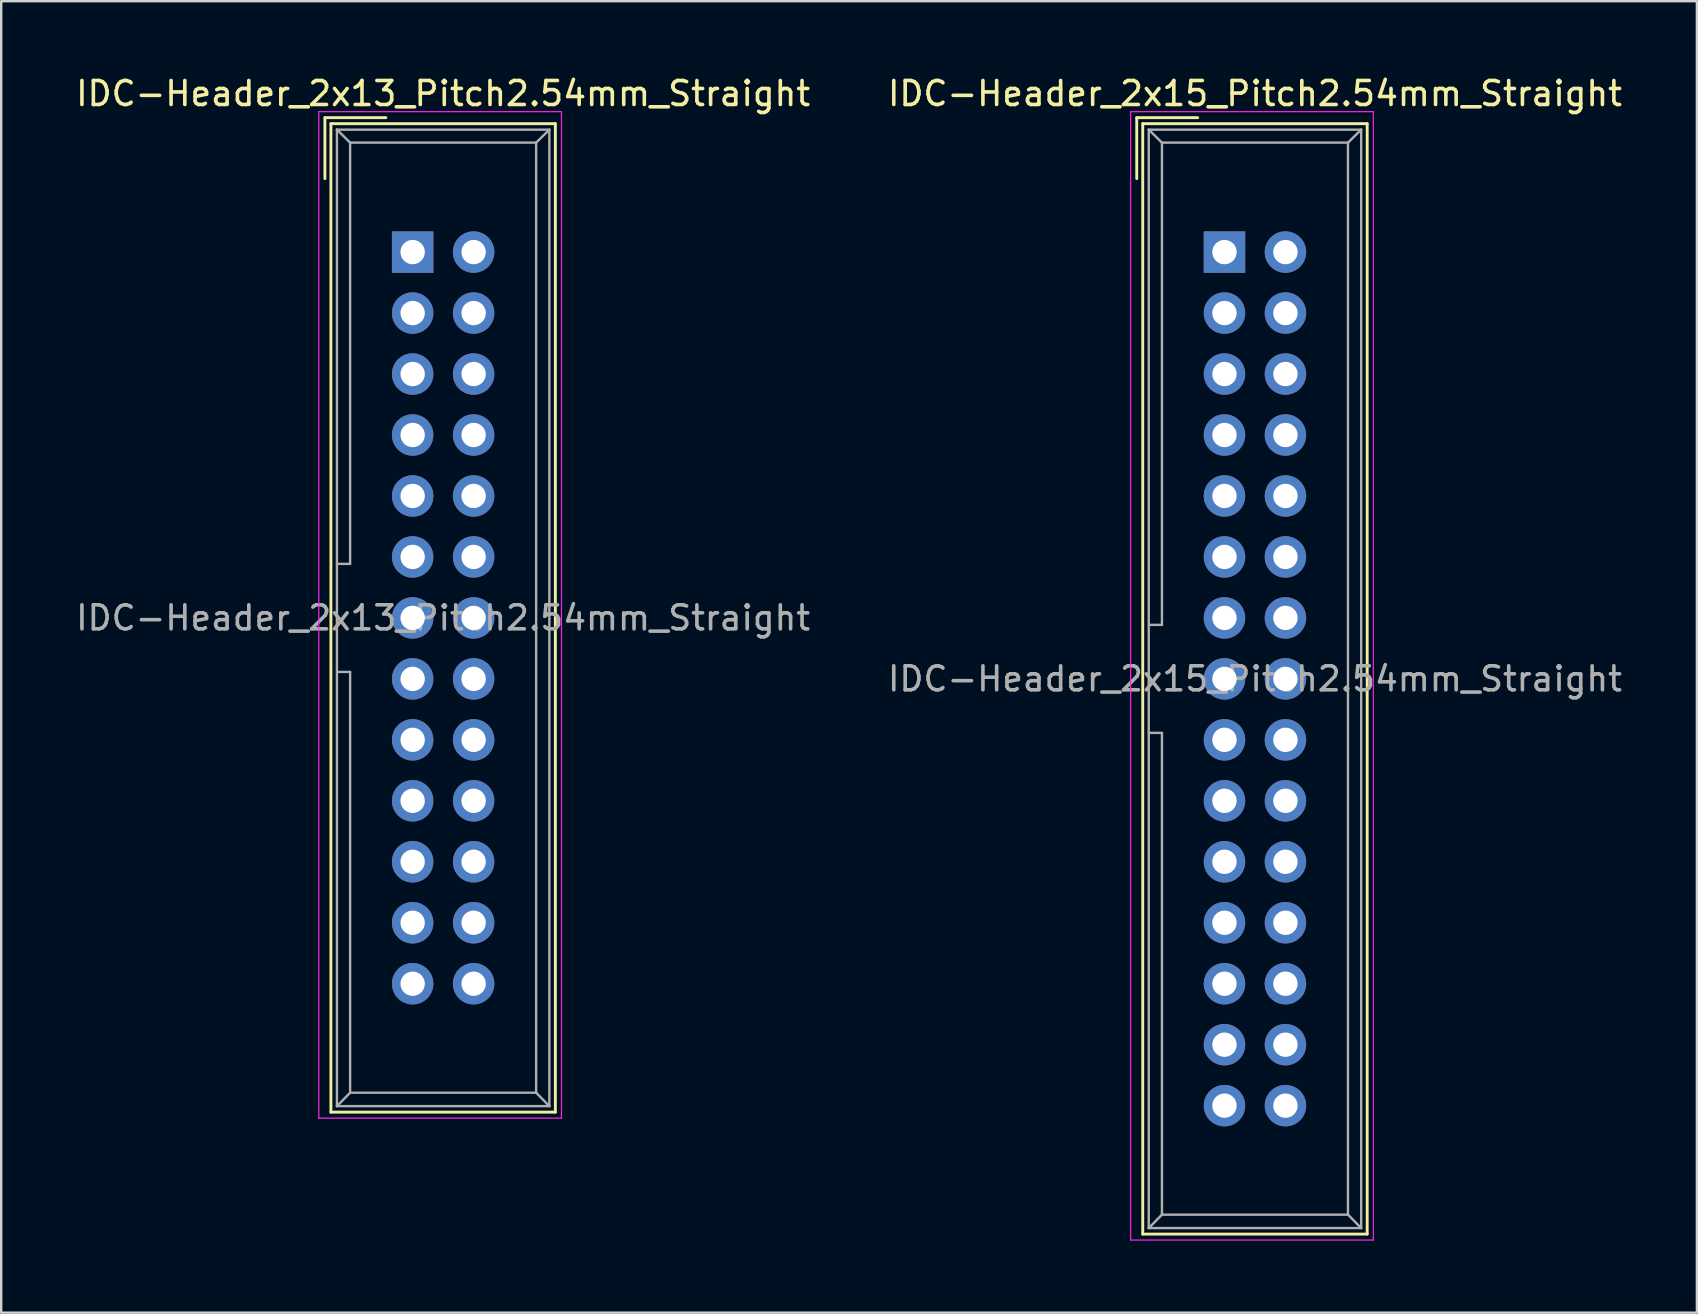
<source format=kicad_pcb>
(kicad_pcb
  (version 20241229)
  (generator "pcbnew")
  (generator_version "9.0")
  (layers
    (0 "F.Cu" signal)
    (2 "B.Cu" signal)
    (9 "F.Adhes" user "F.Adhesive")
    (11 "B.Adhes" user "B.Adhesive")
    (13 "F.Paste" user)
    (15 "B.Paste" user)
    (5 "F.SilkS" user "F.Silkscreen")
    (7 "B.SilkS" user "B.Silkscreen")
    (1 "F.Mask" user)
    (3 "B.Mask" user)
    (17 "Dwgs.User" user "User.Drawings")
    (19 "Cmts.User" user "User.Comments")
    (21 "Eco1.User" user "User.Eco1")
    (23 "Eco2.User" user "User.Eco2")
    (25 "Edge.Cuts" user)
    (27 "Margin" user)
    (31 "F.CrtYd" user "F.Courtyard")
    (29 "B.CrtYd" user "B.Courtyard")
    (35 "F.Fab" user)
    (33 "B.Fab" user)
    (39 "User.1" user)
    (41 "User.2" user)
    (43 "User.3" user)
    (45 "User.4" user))
  (footprint "IDC-Header_2x15_Pitch2.54mm_Straight"
    (layer "F.Cu")
    (at 47.962 7.452)
    (property "Reference" "IDC-Header_2x15_Pitch2.54mm_Straight" (at 1.27 -6.604 0) (layer "F.SilkS") (effects (font (size 1 1) (thickness 0.15))))
    (attr through_hole)
    (fp_line (start -3.655 -5.6) (end -3.655 -3.06) (stroke (width 0.12) (type solid)) (layer "F.SilkS"))
    (fp_line (start -3.655 -5.6) (end -1.115 -5.6) (stroke (width 0.12) (type solid)) (layer "F.SilkS"))
    (fp_line (start -3.405 -5.35) (end 5.945 -5.35) (stroke (width 0.12) (type solid)) (layer "F.SilkS"))
    (fp_line (start -3.405 40.91) (end -3.405 -5.35) (stroke (width 0.12) (type solid)) (layer "F.SilkS"))
    (fp_line (start 5.945 -5.35) (end 5.945 40.91) (stroke (width 0.12) (type solid)) (layer "F.SilkS"))
    (fp_line (start 5.945 40.91) (end -3.405 40.91) (stroke (width 0.12) (type solid)) (layer "F.SilkS"))
    (fp_line (start -3.91 -5.85) (end 6.2 -5.85) (stroke (width 0.05) (type solid)) (layer "F.CrtYd"))
    (fp_line (start -3.91 41.16) (end -3.91 -5.85) (stroke (width 0.05) (type solid)) (layer "F.CrtYd"))
    (fp_line (start 6.2 -5.85) (end 6.2 41.16) (stroke (width 0.05) (type solid)) (layer "F.CrtYd"))
    (fp_line (start 6.2 41.16) (end -3.91 41.16) (stroke (width 0.05) (type solid)) (layer "F.CrtYd"))
    (fp_line (start -3.155 -5.1) (end -3.155 40.66) (stroke (width 0.1) (type solid)) (layer "F.Fab"))
    (fp_line (start -3.155 -5.1) (end -2.605 -4.56) (stroke (width 0.1) (type solid)) (layer "F.Fab"))
    (fp_line (start -3.155 40.66) (end -2.605 40.1) (stroke (width 0.1) (type solid)) (layer "F.Fab"))
    (fp_line (start -2.605 -4.56) (end -2.605 15.53) (stroke (width 0.1) (type solid)) (layer "F.Fab"))
    (fp_line (start -2.605 15.53) (end -3.145 15.53) (stroke (width 0.1) (type solid)) (layer "F.Fab"))
    (fp_line (start -2.605 20.03) (end -3.155 20.03) (stroke (width 0.1) (type solid)) (layer "F.Fab"))
    (fp_line (start -2.605 20.03) (end -2.605 40.1) (stroke (width 0.1) (type solid)) (layer "F.Fab"))
    (fp_line (start 5.145 -4.56) (end -2.605 -4.56) (stroke (width 0.1) (type solid)) (layer "F.Fab"))
    (fp_line (start 5.145 -4.56) (end 5.145 40.1) (stroke (width 0.1) (type solid)) (layer "F.Fab"))
    (fp_line (start 5.145 40.1) (end -2.605 40.1) (stroke (width 0.1) (type solid)) (layer "F.Fab"))
    (fp_line (start 5.695 -5.1) (end -3.155 -5.1) (stroke (width 0.1) (type solid)) (layer "F.Fab"))
    (fp_line (start 5.695 -5.1) (end 5.145 -4.56) (stroke (width 0.1) (type solid)) (layer "F.Fab"))
    (fp_line (start 5.695 -5.1) (end 5.695 40.66) (stroke (width 0.1) (type solid)) (layer "F.Fab"))
    (fp_line (start 5.695 40.66) (end -3.155 40.66) (stroke (width 0.1) (type solid)) (layer "F.Fab"))
    (fp_line (start 5.695 40.66) (end 5.145 40.1) (stroke (width 0.1) (type solid)) (layer "F.Fab"))
    (fp_text user "${REFERENCE}" (at 1.27 17.78 0) (layer "F.Fab") (effects (font (size 1 1) (thickness 0.15))))
    (pad "1" thru_hole rect (at 0 0) (size 1.727 1.727) (drill 1.016) (layers "*.Cu" "*.Mask"))
    (pad "2" thru_hole oval (at 2.54 0) (size 1.727 1.727) (drill 1.016) (layers "*.Cu" "*.Mask"))
    (pad "3" thru_hole oval (at 0 2.54) (size 1.727 1.727) (drill 1.016) (layers "*.Cu" "*.Mask"))
    (pad "4" thru_hole oval (at 2.54 2.54) (size 1.727 1.727) (drill 1.016) (layers "*.Cu" "*.Mask"))
    (pad "5" thru_hole oval (at 0 5.08) (size 1.727 1.727) (drill 1.016) (layers "*.Cu" "*.Mask"))
    (pad "6" thru_hole oval (at 2.54 5.08) (size 1.727 1.727) (drill 1.016) (layers "*.Cu" "*.Mask"))
    (pad "7" thru_hole oval (at 0 7.62) (size 1.727 1.727) (drill 1.016) (layers "*.Cu" "*.Mask"))
    (pad "8" thru_hole oval (at 2.54 7.62) (size 1.727 1.727) (drill 1.016) (layers "*.Cu" "*.Mask"))
    (pad "9" thru_hole oval (at 0 10.16) (size 1.727 1.727) (drill 1.016) (layers "*.Cu" "*.Mask"))
    (pad "10" thru_hole oval (at 2.54 10.16) (size 1.727 1.727) (drill 1.016) (layers "*.Cu" "*.Mask"))
    (pad "11" thru_hole oval (at 0 12.7) (size 1.727 1.727) (drill 1.016) (layers "*.Cu" "*.Mask"))
    (pad "12" thru_hole oval (at 2.54 12.7) (size 1.727 1.727) (drill 1.016) (layers "*.Cu" "*.Mask"))
    (pad "13" thru_hole oval (at 0 15.24) (size 1.727 1.727) (drill 1.016) (layers "*.Cu" "*.Mask"))
    (pad "14" thru_hole oval (at 2.54 15.24) (size 1.727 1.727) (drill 1.016) (layers "*.Cu" "*.Mask"))
    (pad "15" thru_hole oval (at 0 17.78) (size 1.727 1.727) (drill 1.016) (layers "*.Cu" "*.Mask"))
    (pad "16" thru_hole oval (at 2.54 17.78) (size 1.727 1.727) (drill 1.016) (layers "*.Cu" "*.Mask"))
    (pad "17" thru_hole oval (at 0 20.32) (size 1.727 1.727) (drill 1.016) (layers "*.Cu" "*.Mask"))
    (pad "18" thru_hole oval (at 2.54 20.32) (size 1.727 1.727) (drill 1.016) (layers "*.Cu" "*.Mask"))
    (pad "19" thru_hole oval (at 0 22.86) (size 1.727 1.727) (drill 1.016) (layers "*.Cu" "*.Mask"))
    (pad "20" thru_hole oval (at 2.54 22.86) (size 1.727 1.727) (drill 1.016) (layers "*.Cu" "*.Mask"))
    (pad "21" thru_hole oval (at 0 25.4) (size 1.727 1.727) (drill 1.016) (layers "*.Cu" "*.Mask"))
    (pad "22" thru_hole oval (at 2.54 25.4) (size 1.727 1.727) (drill 1.016) (layers "*.Cu" "*.Mask"))
    (pad "23" thru_hole oval (at 0 27.94) (size 1.727 1.727) (drill 1.016) (layers "*.Cu" "*.Mask"))
    (pad "24" thru_hole oval (at 2.54 27.94) (size 1.727 1.727) (drill 1.016) (layers "*.Cu" "*.Mask"))
    (pad "25" thru_hole oval (at 0 30.48) (size 1.727 1.727) (drill 1.016) (layers "*.Cu" "*.Mask"))
    (pad "26" thru_hole oval (at 2.54 30.48) (size 1.727 1.727) (drill 1.016) (layers "*.Cu" "*.Mask"))
    (pad "27" thru_hole oval (at 0 33.02) (size 1.727 1.727) (drill 1.016) (layers "*.Cu" "*.Mask"))
    (pad "28" thru_hole oval (at 2.54 33.02) (size 1.727 1.727) (drill 1.016) (layers "*.Cu" "*.Mask"))
    (pad "29" thru_hole oval (at 0 35.56) (size 1.727 1.727) (drill 1.016) (layers "*.Cu" "*.Mask"))
    (pad "30" thru_hole oval (at 2.54 35.56) (size 1.727 1.727) (drill 1.016) (layers "*.Cu" "*.Mask")))
  (footprint "IDC-Header_2x13_Pitch2.54mm_Straight"
    (layer "F.Cu")
    (at 14.141 7.452)
    (property "Reference" "IDC-Header_2x13_Pitch2.54mm_Straight" (at 1.27 -6.604 0) (layer "F.SilkS") (effects (font (size 1 1) (thickness 0.15))))
    (attr through_hole)
    (fp_line (start -3.655 -5.6) (end -3.655 -3.06) (stroke (width 0.12) (type solid)) (layer "F.SilkS"))
    (fp_line (start -3.655 -5.6) (end -1.115 -5.6) (stroke (width 0.12) (type solid)) (layer "F.SilkS"))
    (fp_line (start -3.405 -5.35) (end 5.945 -5.35) (stroke (width 0.12) (type solid)) (layer "F.SilkS"))
    (fp_line (start -3.405 35.83) (end -3.405 -5.35) (stroke (width 0.12) (type solid)) (layer "F.SilkS"))
    (fp_line (start 5.945 -5.35) (end 5.945 35.83) (stroke (width 0.12) (type solid)) (layer "F.SilkS"))
    (fp_line (start 5.945 35.83) (end -3.405 35.83) (stroke (width 0.12) (type solid)) (layer "F.SilkS"))
    (fp_line (start -3.91 -5.85) (end 6.2 -5.85) (stroke (width 0.05) (type solid)) (layer "F.CrtYd"))
    (fp_line (start -3.91 36.08) (end -3.91 -5.85) (stroke (width 0.05) (type solid)) (layer "F.CrtYd"))
    (fp_line (start 6.2 -5.85) (end 6.2 36.08) (stroke (width 0.05) (type solid)) (layer "F.CrtYd"))
    (fp_line (start 6.2 36.08) (end -3.91 36.08) (stroke (width 0.05) (type solid)) (layer "F.CrtYd"))
    (fp_line (start -3.155 -5.1) (end -3.155 35.58) (stroke (width 0.1) (type solid)) (layer "F.Fab"))
    (fp_line (start -3.155 -5.1) (end -2.605 -4.56) (stroke (width 0.1) (type solid)) (layer "F.Fab"))
    (fp_line (start -3.155 35.58) (end -2.605 35.02) (stroke (width 0.1) (type solid)) (layer "F.Fab"))
    (fp_line (start -2.605 -4.56) (end -2.605 12.99) (stroke (width 0.1) (type solid)) (layer "F.Fab"))
    (fp_line (start -2.605 12.99) (end -3.155 12.99) (stroke (width 0.1) (type solid)) (layer "F.Fab"))
    (fp_line (start -2.605 17.49) (end -3.155 17.49) (stroke (width 0.1) (type solid)) (layer "F.Fab"))
    (fp_line (start -2.605 17.49) (end -2.605 35.02) (stroke (width 0.1) (type solid)) (layer "F.Fab"))
    (fp_line (start 5.145 -4.56) (end -2.605 -4.56) (stroke (width 0.1) (type solid)) (layer "F.Fab"))
    (fp_line (start 5.145 -4.56) (end 5.145 35.02) (stroke (width 0.1) (type solid)) (layer "F.Fab"))
    (fp_line (start 5.145 35.02) (end -2.605 35.02) (stroke (width 0.1) (type solid)) (layer "F.Fab"))
    (fp_line (start 5.695 -5.1) (end -3.155 -5.1) (stroke (width 0.1) (type solid)) (layer "F.Fab"))
    (fp_line (start 5.695 -5.1) (end 5.145 -4.56) (stroke (width 0.1) (type solid)) (layer "F.Fab"))
    (fp_line (start 5.695 -5.1) (end 5.695 35.58) (stroke (width 0.1) (type solid)) (layer "F.Fab"))
    (fp_line (start 5.695 35.58) (end -3.155 35.58) (stroke (width 0.1) (type solid)) (layer "F.Fab"))
    (fp_line (start 5.695 35.58) (end 5.145 35.02) (stroke (width 0.1) (type solid)) (layer "F.Fab"))
    (fp_text user "${REFERENCE}" (at 1.27 15.24 0) (layer "F.Fab") (effects (font (size 1 1) (thickness 0.15))))
    (pad "1" thru_hole rect (at 0 0) (size 1.727 1.727) (drill 1.016) (layers "*.Cu" "*.Mask"))
    (pad "2" thru_hole oval (at 2.54 0) (size 1.727 1.727) (drill 1.016) (layers "*.Cu" "*.Mask"))
    (pad "3" thru_hole oval (at 0 2.54) (size 1.727 1.727) (drill 1.016) (layers "*.Cu" "*.Mask"))
    (pad "4" thru_hole oval (at 2.54 2.54) (size 1.727 1.727) (drill 1.016) (layers "*.Cu" "*.Mask"))
    (pad "5" thru_hole oval (at 0 5.08) (size 1.727 1.727) (drill 1.016) (layers "*.Cu" "*.Mask"))
    (pad "6" thru_hole oval (at 2.54 5.08) (size 1.727 1.727) (drill 1.016) (layers "*.Cu" "*.Mask"))
    (pad "7" thru_hole oval (at 0 7.62) (size 1.727 1.727) (drill 1.016) (layers "*.Cu" "*.Mask"))
    (pad "8" thru_hole oval (at 2.54 7.62) (size 1.727 1.727) (drill 1.016) (layers "*.Cu" "*.Mask"))
    (pad "9" thru_hole oval (at 0 10.16) (size 1.727 1.727) (drill 1.016) (layers "*.Cu" "*.Mask"))
    (pad "10" thru_hole oval (at 2.54 10.16) (size 1.727 1.727) (drill 1.016) (layers "*.Cu" "*.Mask"))
    (pad "11" thru_hole oval (at 0 12.7) (size 1.727 1.727) (drill 1.016) (layers "*.Cu" "*.Mask"))
    (pad "12" thru_hole oval (at 2.54 12.7) (size 1.727 1.727) (drill 1.016) (layers "*.Cu" "*.Mask"))
    (pad "13" thru_hole oval (at 0 15.24) (size 1.727 1.727) (drill 1.016) (layers "*.Cu" "*.Mask"))
    (pad "14" thru_hole oval (at 2.54 15.24) (size 1.727 1.727) (drill 1.016) (layers "*.Cu" "*.Mask"))
    (pad "15" thru_hole oval (at 0 17.78) (size 1.727 1.727) (drill 1.016) (layers "*.Cu" "*.Mask"))
    (pad "16" thru_hole oval (at 2.54 17.78) (size 1.727 1.727) (drill 1.016) (layers "*.Cu" "*.Mask"))
    (pad "17" thru_hole oval (at 0 20.32) (size 1.727 1.727) (drill 1.016) (layers "*.Cu" "*.Mask"))
    (pad "18" thru_hole oval (at 2.54 20.32) (size 1.727 1.727) (drill 1.016) (layers "*.Cu" "*.Mask"))
    (pad "19" thru_hole oval (at 0 22.86) (size 1.727 1.727) (drill 1.016) (layers "*.Cu" "*.Mask"))
    (pad "20" thru_hole oval (at 2.54 22.86) (size 1.727 1.727) (drill 1.016) (layers "*.Cu" "*.Mask"))
    (pad "21" thru_hole oval (at 0 25.4) (size 1.727 1.727) (drill 1.016) (layers "*.Cu" "*.Mask"))
    (pad "22" thru_hole oval (at 2.54 25.4) (size 1.727 1.727) (drill 1.016) (layers "*.Cu" "*.Mask"))
    (pad "23" thru_hole oval (at 0 27.94) (size 1.727 1.727) (drill 1.016) (layers "*.Cu" "*.Mask"))
    (pad "24" thru_hole oval (at 2.54 27.94) (size 1.727 1.727) (drill 1.016) (layers "*.Cu" "*.Mask"))
    (pad "25" thru_hole oval (at 0 30.48) (size 1.727 1.727) (drill 1.016) (layers "*.Cu" "*.Mask"))
    (pad "26" thru_hole oval (at 2.54 30.48) (size 1.727 1.727) (drill 1.016) (layers "*.Cu" "*.Mask")))
  (gr_rect
    (start -3 -3)
    (end 67.643 51.637)
    (stroke (width 0.1) (type default))
    (fill no)
    (layer "Edge.Cuts")))
</source>
